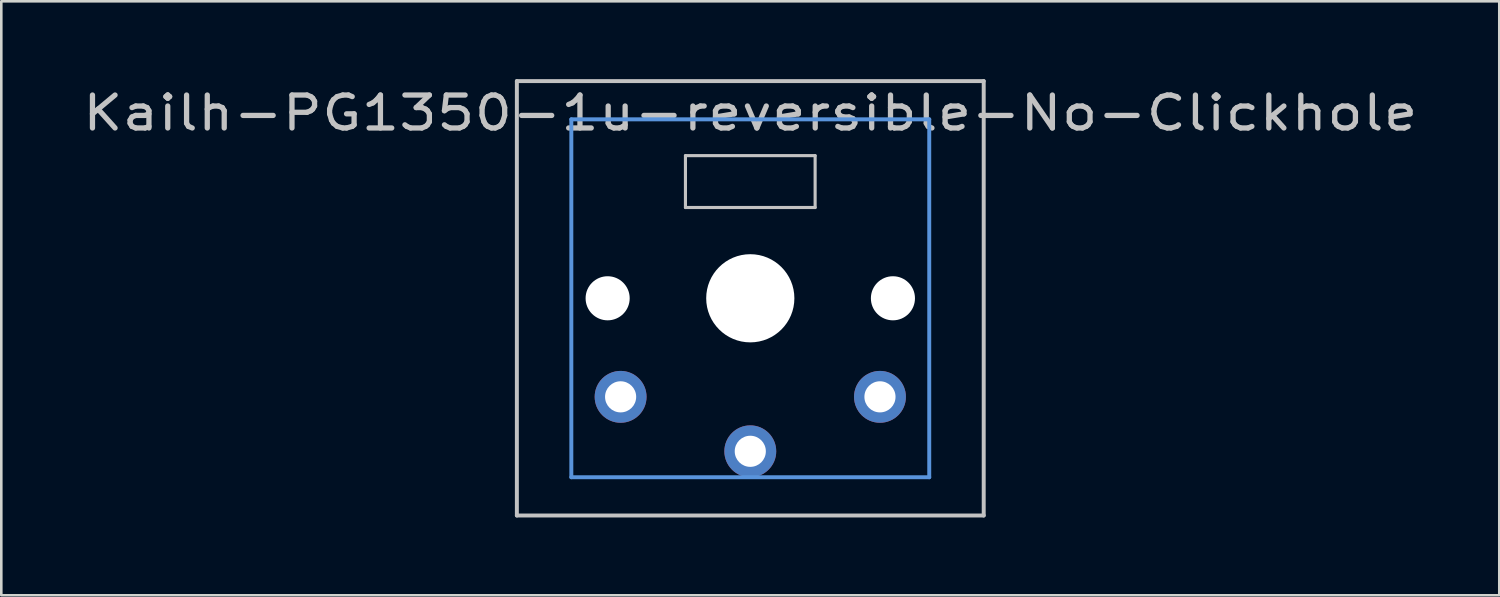
<source format=kicad_pcb>
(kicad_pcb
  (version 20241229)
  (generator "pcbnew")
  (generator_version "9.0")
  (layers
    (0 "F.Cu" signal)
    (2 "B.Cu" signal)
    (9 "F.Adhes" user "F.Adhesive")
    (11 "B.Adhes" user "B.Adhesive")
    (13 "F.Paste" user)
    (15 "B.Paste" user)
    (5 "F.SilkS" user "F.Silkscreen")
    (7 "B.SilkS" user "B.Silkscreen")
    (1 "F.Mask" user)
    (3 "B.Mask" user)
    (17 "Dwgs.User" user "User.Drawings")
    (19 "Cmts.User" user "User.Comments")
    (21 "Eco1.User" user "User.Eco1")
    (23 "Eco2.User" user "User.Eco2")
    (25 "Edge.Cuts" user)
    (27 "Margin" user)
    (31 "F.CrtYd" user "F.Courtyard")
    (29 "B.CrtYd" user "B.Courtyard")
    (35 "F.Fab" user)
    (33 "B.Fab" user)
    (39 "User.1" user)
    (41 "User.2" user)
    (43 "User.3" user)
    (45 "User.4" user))
  (footprint "Kailh-PG1350-1u-reversible-No-Clickhole"
    (layer "F.Cu")
    (at 25.879 8.451)
    (property "Reference" "Kailh-PG1350-1u-reversible-No-Clickhole" (at 0 -7.144 180) (layer "Dwgs.User") (effects (font (size 1.27 1.524) (thickness 0.203))))
    (attr through_hole)
    (fp_line (start -9 -8.375) (end 9 -8.375) (stroke (width 0.152) (type solid)) (layer "Dwgs.User"))
    (fp_line (start -9 8.375) (end -9 -8.375) (stroke (width 0.152) (type solid)) (layer "Dwgs.User"))
    (fp_line (start -2.5 -5.5) (end -2.5 -3.5) (stroke (width 0.12) (type solid)) (layer "Dwgs.User"))
    (fp_line (start -2.5 -3.5) (end 2.5 -3.5) (stroke (width 0.12) (type solid)) (layer "Dwgs.User"))
    (fp_line (start 2.5 -5.5) (end -2.5 -5.5) (stroke (width 0.12) (type solid)) (layer "Dwgs.User"))
    (fp_line (start 2.5 -3.5) (end 2.5 -5.5) (stroke (width 0.12) (type solid)) (layer "Dwgs.User"))
    (fp_line (start 9 -8.375) (end 9 8.375) (stroke (width 0.152) (type solid)) (layer "Dwgs.User"))
    (fp_line (start 9 8.375) (end -9 8.375) (stroke (width 0.152) (type solid)) (layer "Dwgs.User"))
    (fp_line (start -6.9 -6.9) (end 6.9 -6.9) (stroke (width 0.152) (type solid)) (layer "Cmts.User"))
    (fp_line (start -6.9 6.9) (end -6.9 -6.9) (stroke (width 0.152) (type solid)) (layer "Cmts.User"))
    (fp_line (start 6.9 -6.9) (end 6.9 6.9) (stroke (width 0.152) (type solid)) (layer "Cmts.User"))
    (fp_line (start 6.9 6.9) (end -6.9 6.9) (stroke (width 0.152) (type solid)) (layer "Cmts.User"))
    (fp_line (start -7.5 -7.5) (end 7.5 -7.5) (stroke (width 0.152) (type solid)) (layer "Eco2.User"))
    (fp_line (start -7.5 7.5) (end -7.5 -7.5) (stroke (width 0.152) (type solid)) (layer "Eco2.User"))
    (fp_line (start 7.5 -7.5) (end 7.5 7.5) (stroke (width 0.152) (type solid)) (layer "Eco2.User"))
    (fp_line (start 7.5 7.5) (end -7.5 7.5) (stroke (width 0.152) (type solid)) (layer "Eco2.User"))
    (pad "" np_thru_hole circle (at -5.5 0 180) (size 1.7 1.7) (drill 1.7) (layers "*.Cu" "*.Mask"))
    (pad "" np_thru_hole circle (at 0 0 180) (size 3.4 3.4) (drill 3.4) (layers "*.Cu" "*.Mask"))
    (pad "" np_thru_hole circle (at 5.5 0 180) (size 1.7 1.7) (drill 1.7) (layers "*.Cu" "*.Mask"))
    (pad "1" thru_hole circle (at 0 5.9 180) (size 2 2) (drill 1.2) (layers "*.Cu" "*.Mask"))
    (pad "2" thru_hole circle (at -5 3.8 41.9) (size 2 2) (drill 1.2) (layers "*.Cu" "B.Mask"))
    (pad "2" thru_hole circle (at 5 3.8 41.9) (size 2 2) (drill 1.2) (layers "*.Cu" "F.Mask")))
  (gr_rect
    (start -3 -3)
    (end 54.758 19.902)
    (stroke (width 0.1) (type default))
    (fill no)
    (layer "Edge.Cuts")))
</source>
